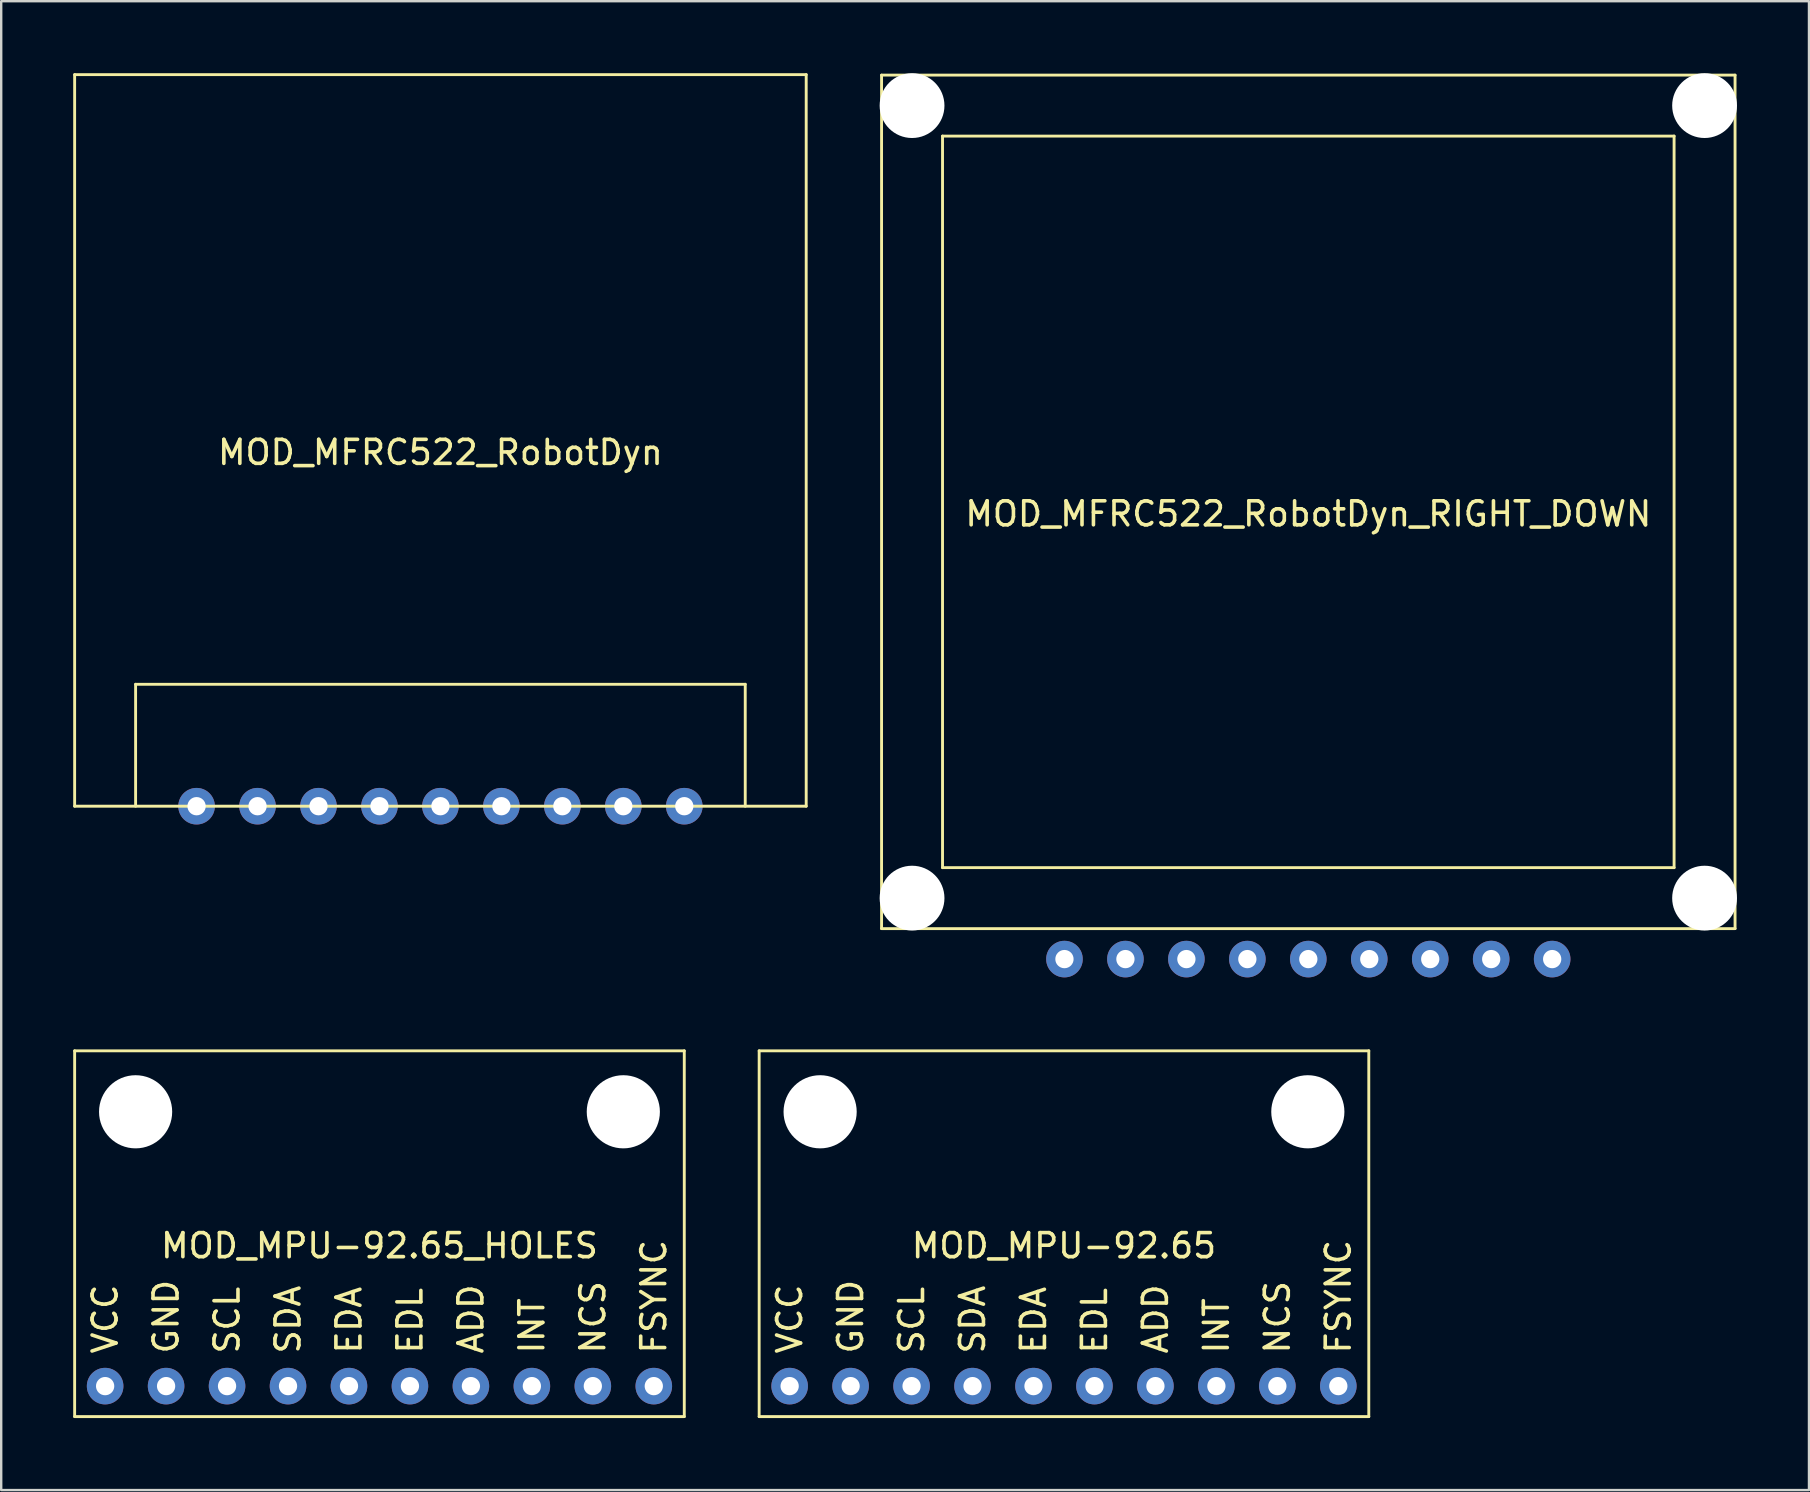
<source format=kicad_pcb>
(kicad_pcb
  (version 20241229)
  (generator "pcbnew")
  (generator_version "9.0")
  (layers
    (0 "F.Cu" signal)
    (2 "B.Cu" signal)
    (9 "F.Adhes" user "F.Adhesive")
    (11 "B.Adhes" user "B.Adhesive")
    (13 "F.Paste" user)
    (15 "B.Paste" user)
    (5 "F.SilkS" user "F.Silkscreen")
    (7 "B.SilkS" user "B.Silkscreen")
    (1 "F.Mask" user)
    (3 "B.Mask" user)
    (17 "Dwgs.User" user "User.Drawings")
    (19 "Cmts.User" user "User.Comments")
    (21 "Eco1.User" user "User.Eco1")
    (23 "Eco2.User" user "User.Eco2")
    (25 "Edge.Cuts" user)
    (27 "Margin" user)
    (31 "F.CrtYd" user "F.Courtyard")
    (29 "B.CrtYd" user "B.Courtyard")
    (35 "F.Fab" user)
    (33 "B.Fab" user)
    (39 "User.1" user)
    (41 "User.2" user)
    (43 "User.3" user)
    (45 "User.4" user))
  (footprint "MOD_MPU-92.65_HOLES"
    (layer "F.Cu")
    (at 12.76 48.352)
    (property "Reference" "MOD_MPU-92.65_HOLES" (at 0 0.5 0) (layer "F.SilkS") (effects (font (size 1 1) (thickness 0.15))))
    (attr through_hole)
    (fp_line (start -12.7 -7.62) (end 12.7 -7.62) (stroke (width 0.12) (type solid)) (layer "F.SilkS"))
    (fp_line (start -12.7 7.62) (end -12.7 -7.62) (stroke (width 0.12) (type solid)) (layer "F.SilkS"))
    (fp_line (start 12.7 -7.62) (end 12.7 7.62) (stroke (width 0.12) (type solid)) (layer "F.SilkS"))
    (fp_line (start 12.7 7.62) (end -12.7 7.62) (stroke (width 0.12) (type solid)) (layer "F.SilkS"))
    (fp_text user "FSYNC" (at 11.43 5.08 90) (layer "F.SilkS") (effects (font (size 1 1) (thickness 0.15)) (justify left)))
    (fp_text user "SDA" (at -3.81 5.08 90) (layer "F.SilkS") (effects (font (size 1 1) (thickness 0.15)) (justify left)))
    (fp_text user "GND" (at -8.89 5.08 90) (layer "F.SilkS") (effects (font (size 1 1) (thickness 0.15)) (justify left)))
    (fp_text user "VCC" (at -11.43 5.08 90) (layer "F.SilkS") (effects (font (size 1 1) (thickness 0.15)) (justify left)))
    (fp_text user "SCL" (at -6.35 5.08 90) (layer "F.SilkS") (effects (font (size 1 1) (thickness 0.15)) (justify left)))
    (fp_text user "INT" (at 6.35 5.08 90) (layer "F.SilkS") (effects (font (size 1 1) (thickness 0.15)) (justify left)))
    (fp_text user "EDA" (at -1.27 5.08 90) (layer "F.SilkS") (effects (font (size 1 1) (thickness 0.15)) (justify left)))
    (fp_text user "ADD" (at 3.81 5.08 90) (layer "F.SilkS") (effects (font (size 1 1) (thickness 0.15)) (justify left)))
    (fp_text user "NCS" (at 8.89 5.08 90) (layer "F.SilkS") (effects (font (size 1 1) (thickness 0.15)) (justify left)))
    (fp_text user "EDL" (at 1.27 5.08 90) (layer "F.SilkS") (effects (font (size 1 1) (thickness 0.15)) (justify left)))
    (pad "" np_thru_hole circle (at -10.16 -5.08) (size 3.048 3.048) (drill 3.048) (layers "*.Cu" "*.Mask"))
    (pad "" np_thru_hole circle (at 10.16 -5.08) (size 3.048 3.048) (drill 3.048) (layers "*.Cu" "*.Mask"))
    (pad "1" thru_hole circle (at -11.43 6.35) (size 1.524 1.524) (drill 0.762) (layers "*.Cu" "*.Mask"))
    (pad "2" thru_hole circle (at -8.89 6.35) (size 1.524 1.524) (drill 0.762) (layers "*.Cu" "*.Mask"))
    (pad "3" thru_hole circle (at -6.35 6.35) (size 1.524 1.524) (drill 0.762) (layers "*.Cu" "*.Mask"))
    (pad "4" thru_hole circle (at -3.81 6.35) (size 1.524 1.524) (drill 0.762) (layers "*.Cu" "*.Mask"))
    (pad "5" thru_hole circle (at -1.27 6.35) (size 1.524 1.524) (drill 0.762) (layers "*.Cu" "*.Mask"))
    (pad "6" thru_hole circle (at 1.27 6.35) (size 1.524 1.524) (drill 0.762) (layers "*.Cu" "*.Mask"))
    (pad "7" thru_hole circle (at 3.81 6.35) (size 1.524 1.524) (drill 0.762) (layers "*.Cu" "*.Mask"))
    (pad "8" thru_hole circle (at 6.35 6.35) (size 1.524 1.524) (drill 0.762) (layers "*.Cu" "*.Mask"))
    (pad "9" thru_hole circle (at 8.89 6.35) (size 1.524 1.524) (drill 0.762) (layers "*.Cu" "*.Mask"))
    (pad "10" thru_hole circle (at 11.43 6.35) (size 1.524 1.524) (drill 0.762) (layers "*.Cu" "*.Mask")))
  (footprint "MOD_MFRC522_RobotDyn_RIGHT_DOWN"
    (layer "F.Cu")
    (at 51.46 17.86)
    (property "Reference" "MOD_MFRC522_RobotDyn_RIGHT_DOWN" (at 0 0.5 0) (layer "F.SilkS") (effects (font (size 1 1) (thickness 0.15))))
    (attr through_hole)
    (fp_line (start -17.78 -17.78) (end -17.78 17.78) (stroke (width 0.12) (type solid)) (layer "F.SilkS"))
    (fp_line (start -17.78 17.78) (end 17.78 17.78) (stroke (width 0.12) (type solid)) (layer "F.SilkS"))
    (fp_line (start -15.24 -15.24) (end 15.24 -15.24) (stroke (width 0.12) (type solid)) (layer "F.SilkS"))
    (fp_line (start -15.24 15.24) (end -15.24 -15.24) (stroke (width 0.12) (type solid)) (layer "F.SilkS"))
    (fp_line (start 15.24 -15.24) (end 15.24 15.24) (stroke (width 0.12) (type solid)) (layer "F.SilkS"))
    (fp_line (start 15.24 15.24) (end -15.24 15.24) (stroke (width 0.12) (type solid)) (layer "F.SilkS"))
    (fp_line (start 17.78 -17.78) (end -17.78 -17.78) (stroke (width 0.12) (type solid)) (layer "F.SilkS"))
    (fp_line (start 17.78 17.78) (end 17.78 -17.78) (stroke (width 0.12) (type solid)) (layer "F.SilkS"))
    (pad "" np_thru_hole circle (at -16.51 -16.51 180) (size 2.7 2.7) (drill 2.7) (layers "*.Cu" "*.Mask"))
    (pad "" np_thru_hole circle (at -16.51 16.51 180) (size 2.7 2.7) (drill 2.7) (layers "*.Cu" "*.Mask"))
    (pad "" np_thru_hole circle (at 16.51 -16.51 180) (size 2.7 2.7) (drill 2.7) (layers "*.Cu" "*.Mask"))
    (pad "" np_thru_hole circle (at 16.51 16.51 180) (size 2.7 2.7) (drill 2.7) (layers "*.Cu" "*.Mask"))
    (pad "0" thru_hole circle (at -10.16 19.05 180) (size 1.524 1.524) (drill 0.762) (layers "*.Cu" "*.Mask"))
    (pad "1" thru_hole circle (at -7.62 19.05) (size 1.524 1.524) (drill 0.762) (layers "*.Cu" "*.Mask"))
    (pad "2" thru_hole circle (at -5.08 19.05) (size 1.524 1.524) (drill 0.762) (layers "*.Cu" "*.Mask"))
    (pad "3" thru_hole circle (at -2.54 19.05 180) (size 1.524 1.524) (drill 0.762) (layers "*.Cu" "*.Mask"))
    (pad "4" thru_hole circle (at 0 19.05) (size 1.524 1.524) (drill 0.762) (layers "*.Cu" "*.Mask"))
    (pad "5" thru_hole circle (at 2.54 19.05 180) (size 1.524 1.524) (drill 0.762) (layers "*.Cu" "*.Mask"))
    (pad "6" thru_hole circle (at 5.08 19.05) (size 1.524 1.524) (drill 0.762) (layers "*.Cu" "*.Mask"))
    (pad "7" thru_hole circle (at 7.62 19.05 180) (size 1.524 1.524) (drill 0.762) (layers "*.Cu" "*.Mask"))
    (pad "8" thru_hole circle (at 10.16 19.05) (size 1.524 1.524) (drill 0.762) (layers "*.Cu" "*.Mask")))
  (footprint "MOD_MPU-92.65"
    (layer "F.Cu")
    (at 41.28 48.352)
    (property "Reference" "MOD_MPU-92.65" (at 0 0.5 0) (layer "F.SilkS") (effects (font (size 1 1) (thickness 0.15))))
    (attr through_hole)
    (fp_line (start -12.7 -7.62) (end 12.7 -7.62) (stroke (width 0.12) (type solid)) (layer "F.SilkS"))
    (fp_line (start -12.7 7.62) (end -12.7 -7.62) (stroke (width 0.12) (type solid)) (layer "F.SilkS"))
    (fp_line (start 12.7 -7.62) (end 12.7 7.62) (stroke (width 0.12) (type solid)) (layer "F.SilkS"))
    (fp_line (start 12.7 7.62) (end -12.7 7.62) (stroke (width 0.12) (type solid)) (layer "F.SilkS"))
    (fp_text user "VCC" (at -11.43 5.08 90) (layer "F.SilkS") (effects (font (size 1 1) (thickness 0.15)) (justify left)))
    (fp_text user "FSYNC" (at 11.43 5.08 90) (layer "F.SilkS") (effects (font (size 1 1) (thickness 0.15)) (justify left)))
    (fp_text user "GND" (at -8.89 5.08 90) (layer "F.SilkS") (effects (font (size 1 1) (thickness 0.15)) (justify left)))
    (fp_text user "EDA" (at -1.27 5.08 90) (layer "F.SilkS") (effects (font (size 1 1) (thickness 0.15)) (justify left)))
    (fp_text user "SCL" (at -6.35 5.08 90) (layer "F.SilkS") (effects (font (size 1 1) (thickness 0.15)) (justify left)))
    (fp_text user "EDL" (at 1.27 5.08 90) (layer "F.SilkS") (effects (font (size 1 1) (thickness 0.15)) (justify left)))
    (fp_text user "ADD" (at 3.81 5.08 90) (layer "F.SilkS") (effects (font (size 1 1) (thickness 0.15)) (justify left)))
    (fp_text user "INT" (at 6.35 5.08 90) (layer "F.SilkS") (effects (font (size 1 1) (thickness 0.15)) (justify left)))
    (fp_text user "NCS" (at 8.89 5.08 90) (layer "F.SilkS") (effects (font (size 1 1) (thickness 0.15)) (justify left)))
    (fp_text user "SDA" (at -3.81 5.08 90) (layer "F.SilkS") (effects (font (size 1 1) (thickness 0.15)) (justify left)))
    (pad "" np_thru_hole circle (at -10.16 -5.08) (size 3.048 3.048) (drill 3.048) (layers "*.Cu" "*.Mask"))
    (pad "" np_thru_hole circle (at 10.16 -5.08) (size 3.048 3.048) (drill 3.048) (layers "*.Cu" "*.Mask"))
    (pad "1" thru_hole circle (at -11.43 6.35) (size 1.524 1.524) (drill 0.762) (layers "*.Cu" "*.Mask"))
    (pad "2" thru_hole circle (at -8.89 6.35) (size 1.524 1.524) (drill 0.762) (layers "*.Cu" "*.Mask"))
    (pad "3" thru_hole circle (at -6.35 6.35) (size 1.524 1.524) (drill 0.762) (layers "*.Cu" "*.Mask"))
    (pad "4" thru_hole circle (at -3.81 6.35) (size 1.524 1.524) (drill 0.762) (layers "*.Cu" "*.Mask"))
    (pad "5" thru_hole circle (at -1.27 6.35) (size 1.524 1.524) (drill 0.762) (layers "*.Cu" "*.Mask"))
    (pad "6" thru_hole circle (at 1.27 6.35) (size 1.524 1.524) (drill 0.762) (layers "*.Cu" "*.Mask"))
    (pad "7" thru_hole circle (at 3.81 6.35) (size 1.524 1.524) (drill 0.762) (layers "*.Cu" "*.Mask"))
    (pad "8" thru_hole circle (at 6.35 6.35) (size 1.524 1.524) (drill 0.762) (layers "*.Cu" "*.Mask"))
    (pad "9" thru_hole circle (at 8.89 6.35) (size 1.524 1.524) (drill 0.762) (layers "*.Cu" "*.Mask"))
    (pad "10" thru_hole circle (at 11.43 6.35) (size 1.524 1.524) (drill 0.762) (layers "*.Cu" "*.Mask")))
  (footprint "MOD_MFRC522_RobotDyn"
    (layer "F.Cu")
    (at 15.3 15.3)
    (property "Reference" "MOD_MFRC522_RobotDyn" (at 0 0.5 0) (layer "F.SilkS") (effects (font (size 1 1) (thickness 0.15))))
    (attr through_hole)
    (fp_line (start -15.24 -15.24) (end 15.24 -15.24) (stroke (width 0.12) (type solid)) (layer "F.SilkS"))
    (fp_line (start -15.24 15.24) (end -15.24 -15.24) (stroke (width 0.12) (type solid)) (layer "F.SilkS"))
    (fp_line (start -12.7 10.16) (end 12.7 10.16) (stroke (width 0.12) (type solid)) (layer "F.SilkS"))
    (fp_line (start -12.7 15.24) (end -12.7 10.16) (stroke (width 0.12) (type solid)) (layer "F.SilkS"))
    (fp_line (start 12.7 10.16) (end 12.7 15.24) (stroke (width 0.12) (type solid)) (layer "F.SilkS"))
    (fp_line (start 15.24 -15.24) (end 15.24 15.24) (stroke (width 0.12) (type solid)) (layer "F.SilkS"))
    (fp_line (start 15.24 15.24) (end -15.24 15.24) (stroke (width 0.12) (type solid)) (layer "F.SilkS"))
    (pad "1" thru_hole circle (at -10.16 15.24) (size 1.524 1.524) (drill 0.762) (layers "*.Cu" "*.Mask"))
    (pad "2" thru_hole circle (at -7.62 15.24) (size 1.524 1.524) (drill 0.762) (layers "*.Cu" "*.Mask"))
    (pad "3" thru_hole circle (at -5.08 15.24) (size 1.524 1.524) (drill 0.762) (layers "*.Cu" "*.Mask"))
    (pad "4" thru_hole circle (at -2.54 15.24) (size 1.524 1.524) (drill 0.762) (layers "*.Cu" "*.Mask"))
    (pad "5" thru_hole circle (at 0 15.24) (size 1.524 1.524) (drill 0.762) (layers "*.Cu" "*.Mask"))
    (pad "6" thru_hole circle (at 2.54 15.24) (size 1.524 1.524) (drill 0.762) (layers "*.Cu" "*.Mask"))
    (pad "7" thru_hole circle (at 5.08 15.24) (size 1.524 1.524) (drill 0.762) (layers "*.Cu" "*.Mask"))
    (pad "8" thru_hole circle (at 7.62 15.24) (size 1.524 1.524) (drill 0.762) (layers "*.Cu" "*.Mask"))
    (pad "9" thru_hole circle (at 10.16 15.24) (size 1.524 1.524) (drill 0.762) (layers "*.Cu" "*.Mask")))
  (gr_rect
    (start -3 -3)
    (end 72.32 59.032)
    (stroke (width 0.1) (type default))
    (fill no)
    (layer "Edge.Cuts")))
</source>
